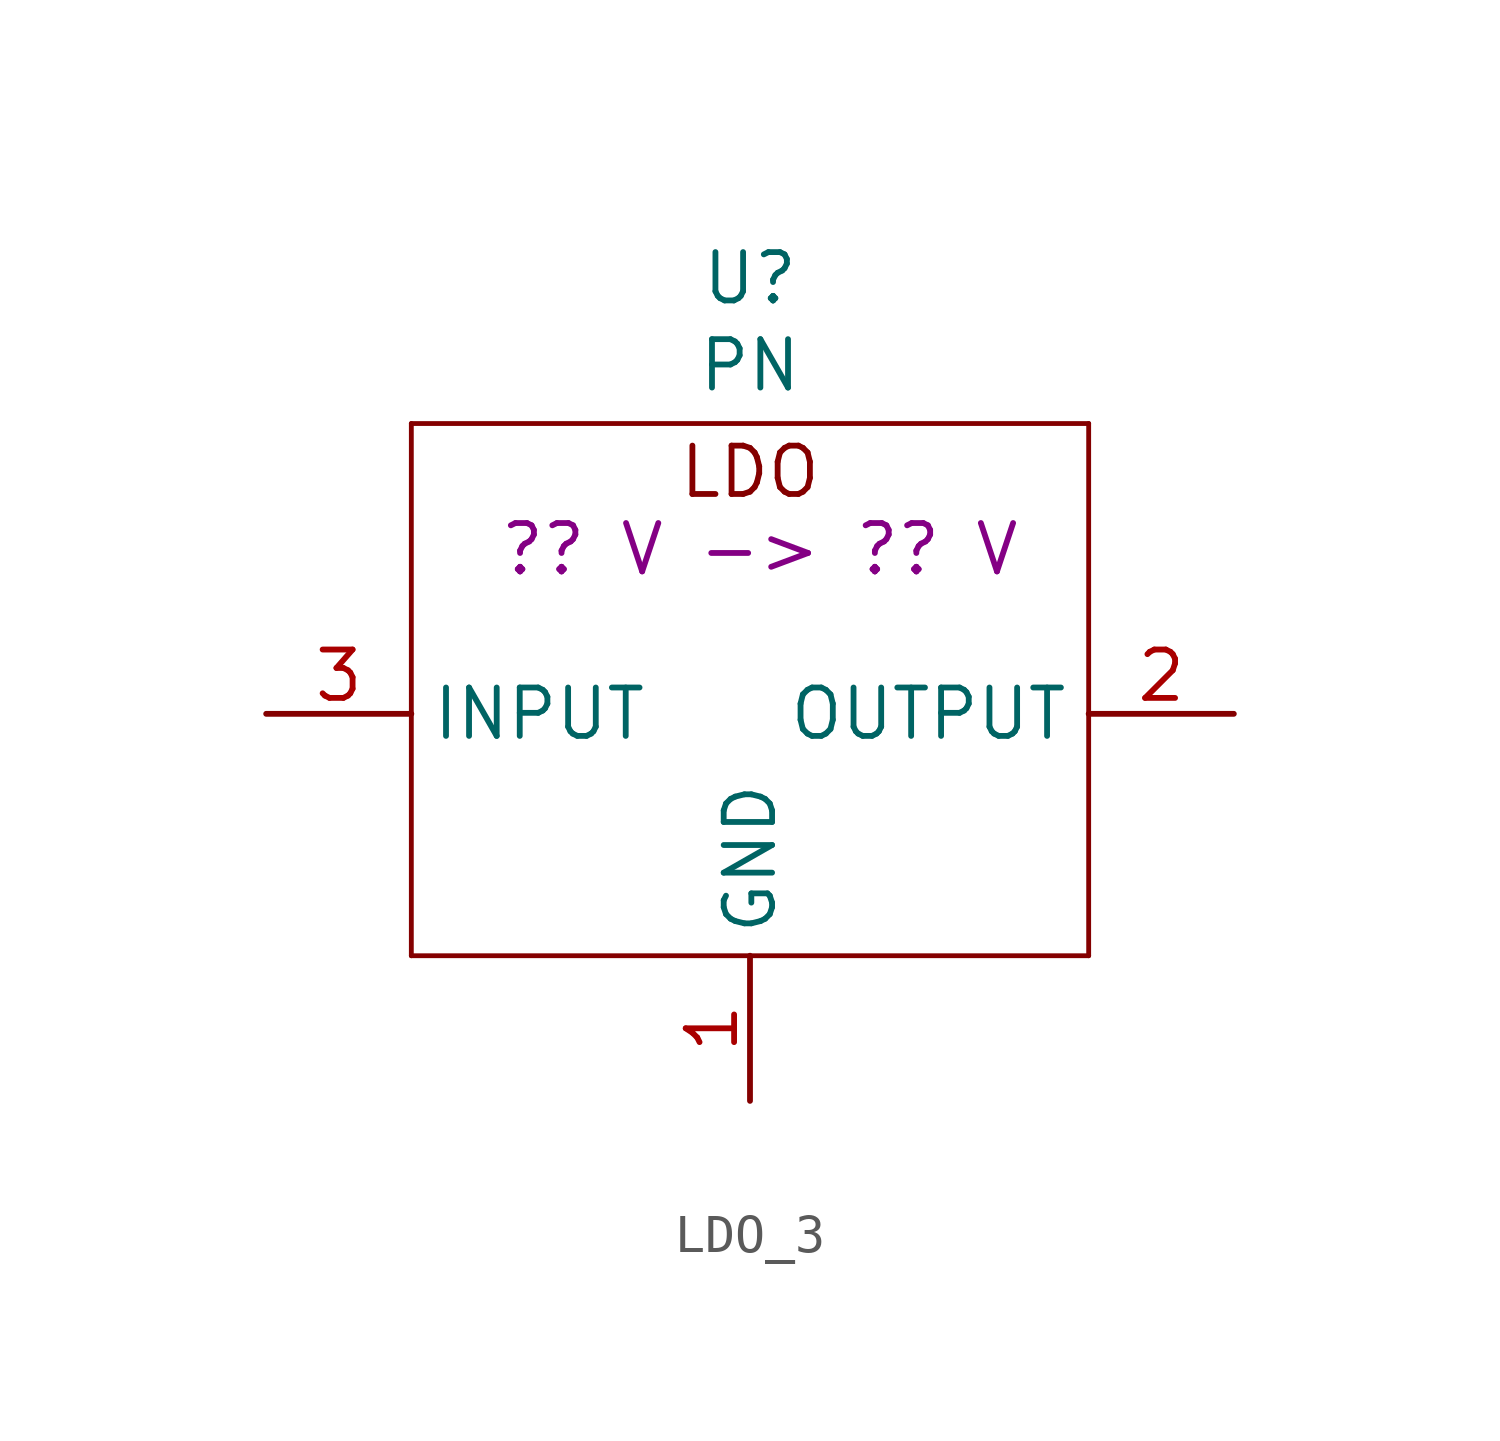
<source format=kicad_sym>
(kicad_symbol_lib
  (version 20231120)
  (generator "kicad_symbol_editor")
  (generator_version "8.0")
  (symbol "LDO_3"
    (property "Reference" "U"
      (at 0 0 0)
      (effects (font (size 1.27 1.27))))
    (property "Value" "PN"
      (at 0 -2.286 0)
      (effects (font (size 1.27 1.27))))
    (property "Description" "?? V -> ?? V"
      (at 0.254 -7.112 0)
      (effects (font (size 1.27 1.27))))
    (symbol "LDO_3_0_1"
      (polyline (pts (xy -8.89 -17.78) (xy 8.89 -17.78)) (stroke (width 0.127) (type default)) (fill (type none)))
      (polyline (pts (xy -8.89 -3.81) (xy -8.89 -17.78)) (stroke (width 0.127) (type default)) (fill (type none)))
      (polyline (pts (xy 8.89 -17.78) (xy 8.89 -3.81)) (stroke (width 0.127) (type default)) (fill (type none)))
      (polyline (pts (xy 8.89 -3.81) (xy -8.89 -3.81)) (stroke (width 0.127) (type default)) (fill (type none))))
    (symbol "LDO_3_1_1"
      (text "LDO\n" (at 0 -5.08 0) (effects (font (size 1.27 1.27))))
      (pin power_out line (at 0 -21.59 90) (length 3.81) (name "GND" (effects (font (size 1.27 1.27)))) (number "1" (effects (font (size 1.27 1.27)))))
      (pin output line (at 12.7 -11.43 180) (length 3.81) (name "OUTPUT" (effects (font (size 1.27 1.27)))) (number "2" (effects (font (size 1.27 1.27)))))
      (pin input line (at -12.7 -11.43 0) (length 3.81) (name "INPUT" (effects (font (size 1.27 1.27)))) (number "3" (effects (font (size 1.27 1.27))))))))
</source>
